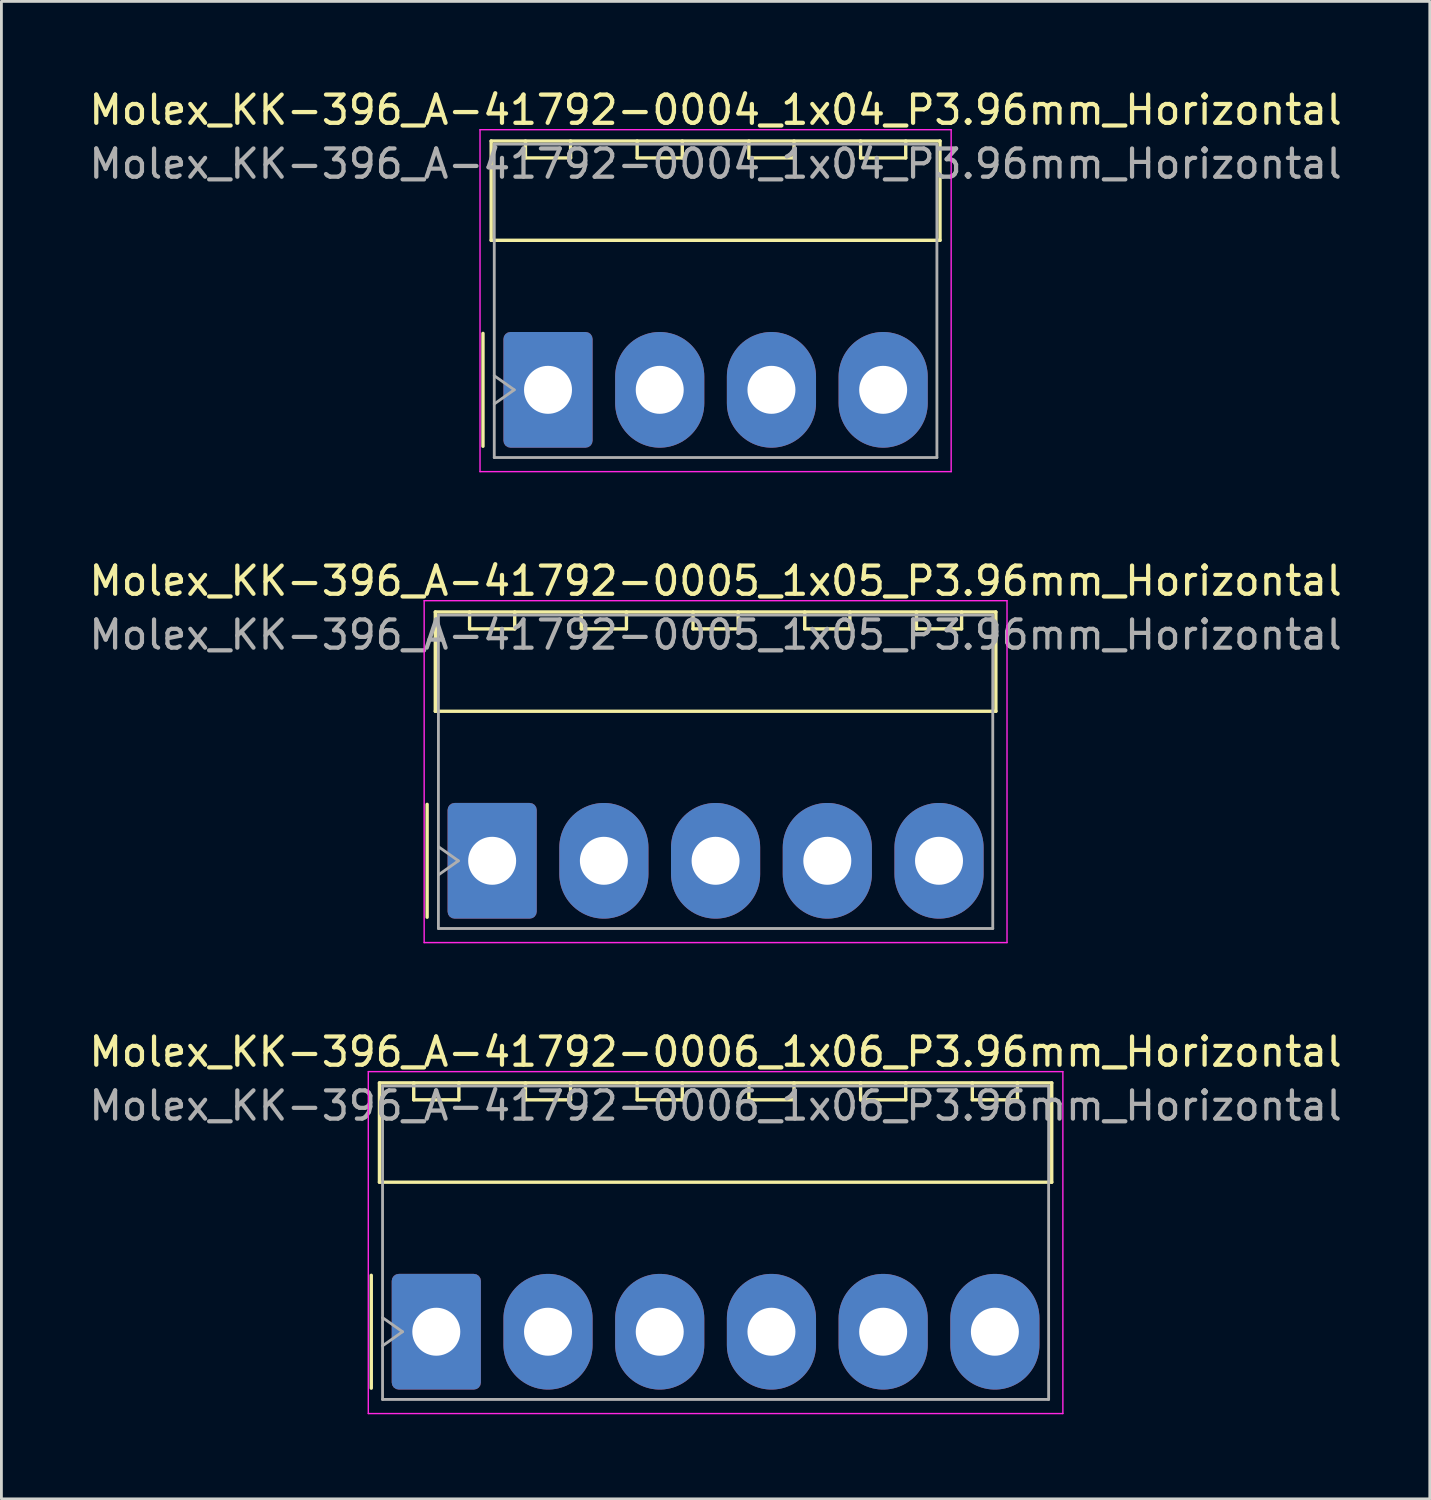
<source format=kicad_pcb>
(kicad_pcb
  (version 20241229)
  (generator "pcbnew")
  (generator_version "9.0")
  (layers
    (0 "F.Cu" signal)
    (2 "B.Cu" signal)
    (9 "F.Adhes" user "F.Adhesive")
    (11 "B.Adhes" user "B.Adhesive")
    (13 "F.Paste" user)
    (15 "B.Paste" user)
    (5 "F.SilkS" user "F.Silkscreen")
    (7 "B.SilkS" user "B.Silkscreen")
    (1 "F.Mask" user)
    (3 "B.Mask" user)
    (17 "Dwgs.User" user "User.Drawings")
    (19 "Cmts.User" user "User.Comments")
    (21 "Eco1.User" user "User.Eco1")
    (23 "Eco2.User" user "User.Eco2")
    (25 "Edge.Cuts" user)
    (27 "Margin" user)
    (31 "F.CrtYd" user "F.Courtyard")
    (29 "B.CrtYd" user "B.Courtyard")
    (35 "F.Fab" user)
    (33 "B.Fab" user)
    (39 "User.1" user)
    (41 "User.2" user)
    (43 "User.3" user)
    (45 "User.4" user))
  (footprint "Molex_KK-396_A-41792-0006_1x06_P3.96mm_Horizontal"
    (layer "F.Cu")
    (at 12.415 44.155)
    (property "Reference" "Molex_KK-396_A-41792-0006_1x06_P3.96mm_Horizontal" (at 9.9 -9.92 0) (layer "F.SilkS") (effects (font (size 1 1) (thickness 0.15))))
    (attr through_hole)
    (fp_line (start -2.305 -2) (end -2.305 2) (stroke (width 0.12) (type solid)) (layer "F.SilkS"))
    (fp_line (start -2.015 -8.82) (end 21.815 -8.82) (stroke (width 0.12) (type solid)) (layer "F.SilkS"))
    (fp_line (start -2.015 -5.3) (end -2.015 -8.82) (stroke (width 0.12) (type solid)) (layer "F.SilkS"))
    (fp_line (start -0.8 -8.82) (end -0.8 -8.22) (stroke (width 0.12) (type solid)) (layer "F.SilkS"))
    (fp_line (start -0.8 -8.22) (end 0.8 -8.22) (stroke (width 0.12) (type solid)) (layer "F.SilkS"))
    (fp_line (start 0.8 -8.22) (end 0.8 -8.82) (stroke (width 0.12) (type solid)) (layer "F.SilkS"))
    (fp_line (start 3.16 -8.82) (end 3.16 -8.22) (stroke (width 0.12) (type solid)) (layer "F.SilkS"))
    (fp_line (start 3.16 -8.22) (end 4.76 -8.22) (stroke (width 0.12) (type solid)) (layer "F.SilkS"))
    (fp_line (start 4.76 -8.22) (end 4.76 -8.82) (stroke (width 0.12) (type solid)) (layer "F.SilkS"))
    (fp_line (start 7.12 -8.82) (end 7.12 -8.22) (stroke (width 0.12) (type solid)) (layer "F.SilkS"))
    (fp_line (start 7.12 -8.22) (end 8.72 -8.22) (stroke (width 0.12) (type solid)) (layer "F.SilkS"))
    (fp_line (start 8.72 -8.22) (end 8.72 -8.82) (stroke (width 0.12) (type solid)) (layer "F.SilkS"))
    (fp_line (start 11.08 -8.82) (end 11.08 -8.22) (stroke (width 0.12) (type solid)) (layer "F.SilkS"))
    (fp_line (start 11.08 -8.22) (end 12.68 -8.22) (stroke (width 0.12) (type solid)) (layer "F.SilkS"))
    (fp_line (start 12.68 -8.22) (end 12.68 -8.82) (stroke (width 0.12) (type solid)) (layer "F.SilkS"))
    (fp_line (start 15.04 -8.82) (end 15.04 -8.22) (stroke (width 0.12) (type solid)) (layer "F.SilkS"))
    (fp_line (start 15.04 -8.22) (end 16.64 -8.22) (stroke (width 0.12) (type solid)) (layer "F.SilkS"))
    (fp_line (start 16.64 -8.22) (end 16.64 -8.82) (stroke (width 0.12) (type solid)) (layer "F.SilkS"))
    (fp_line (start 19 -8.82) (end 19 -8.22) (stroke (width 0.12) (type solid)) (layer "F.SilkS"))
    (fp_line (start 19 -8.22) (end 20.6 -8.22) (stroke (width 0.12) (type solid)) (layer "F.SilkS"))
    (fp_line (start 20.6 -8.22) (end 20.6 -8.82) (stroke (width 0.12) (type solid)) (layer "F.SilkS"))
    (fp_line (start 21.815 -8.82) (end 21.815 -5.3) (stroke (width 0.12) (type solid)) (layer "F.SilkS"))
    (fp_line (start 21.815 -5.3) (end -2.015 -5.3) (stroke (width 0.12) (type solid)) (layer "F.SilkS"))
    (fp_line (start -2.41 -9.22) (end -2.41 2.9) (stroke (width 0.05) (type solid)) (layer "F.CrtYd"))
    (fp_line (start -2.41 2.9) (end 22.21 2.9) (stroke (width 0.05) (type solid)) (layer "F.CrtYd"))
    (fp_line (start 22.21 -9.22) (end -2.41 -9.22) (stroke (width 0.05) (type solid)) (layer "F.CrtYd"))
    (fp_line (start 22.21 2.9) (end 22.21 -9.22) (stroke (width 0.05) (type solid)) (layer "F.CrtYd"))
    (fp_line (start -1.905 -8.71) (end 21.705 -8.71) (stroke (width 0.1) (type solid)) (layer "F.Fab"))
    (fp_line (start -1.905 -0.5) (end -1.198 0) (stroke (width 0.1) (type solid)) (layer "F.Fab"))
    (fp_line (start -1.905 2.4) (end -1.905 -8.71) (stroke (width 0.1) (type solid)) (layer "F.Fab"))
    (fp_line (start -1.198 0) (end -1.905 0.5) (stroke (width 0.1) (type solid)) (layer "F.Fab"))
    (fp_line (start 21.705 -8.71) (end 21.705 2.4) (stroke (width 0.1) (type solid)) (layer "F.Fab"))
    (fp_line (start 21.705 2.4) (end -1.905 2.4) (stroke (width 0.1) (type solid)) (layer "F.Fab"))
    (fp_text user "${REFERENCE}" (at 9.9 -8.01 0) (layer "F.Fab") (effects (font (size 1 1) (thickness 0.15))))
    (pad "1" thru_hole roundrect (at 0 0) (size 3.16 4.1) (drill 1.7) (layers "*.Cu" "*.Mask") (roundrect_rratio 0.079))
    (pad "2" thru_hole oval (at 3.96 0) (size 3.16 4.1) (drill 1.7) (layers "*.Cu" "*.Mask"))
    (pad "3" thru_hole oval (at 7.92 0) (size 3.16 4.1) (drill 1.7) (layers "*.Cu" "*.Mask"))
    (pad "4" thru_hole oval (at 11.88 0) (size 3.16 4.1) (drill 1.7) (layers "*.Cu" "*.Mask"))
    (pad "5" thru_hole oval (at 15.84 0) (size 3.16 4.1) (drill 1.7) (layers "*.Cu" "*.Mask"))
    (pad "6" thru_hole oval (at 19.8 0) (size 3.16 4.1) (drill 1.7) (layers "*.Cu" "*.Mask")))
  (footprint "Molex_KK-396_A-41792-0005_1x05_P3.96mm_Horizontal"
    (layer "F.Cu")
    (at 14.395 27.462)
    (property "Reference" "Molex_KK-396_A-41792-0005_1x05_P3.96mm_Horizontal" (at 7.92 -9.92 0) (layer "F.SilkS") (effects (font (size 1 1) (thickness 0.15))))
    (attr through_hole)
    (fp_line (start -2.305 -2) (end -2.305 2) (stroke (width 0.12) (type solid)) (layer "F.SilkS"))
    (fp_line (start -2.015 -8.82) (end 17.855 -8.82) (stroke (width 0.12) (type solid)) (layer "F.SilkS"))
    (fp_line (start -2.015 -5.3) (end -2.015 -8.82) (stroke (width 0.12) (type solid)) (layer "F.SilkS"))
    (fp_line (start -0.8 -8.82) (end -0.8 -8.22) (stroke (width 0.12) (type solid)) (layer "F.SilkS"))
    (fp_line (start -0.8 -8.22) (end 0.8 -8.22) (stroke (width 0.12) (type solid)) (layer "F.SilkS"))
    (fp_line (start 0.8 -8.22) (end 0.8 -8.82) (stroke (width 0.12) (type solid)) (layer "F.SilkS"))
    (fp_line (start 3.16 -8.82) (end 3.16 -8.22) (stroke (width 0.12) (type solid)) (layer "F.SilkS"))
    (fp_line (start 3.16 -8.22) (end 4.76 -8.22) (stroke (width 0.12) (type solid)) (layer "F.SilkS"))
    (fp_line (start 4.76 -8.22) (end 4.76 -8.82) (stroke (width 0.12) (type solid)) (layer "F.SilkS"))
    (fp_line (start 7.12 -8.82) (end 7.12 -8.22) (stroke (width 0.12) (type solid)) (layer "F.SilkS"))
    (fp_line (start 7.12 -8.22) (end 8.72 -8.22) (stroke (width 0.12) (type solid)) (layer "F.SilkS"))
    (fp_line (start 8.72 -8.22) (end 8.72 -8.82) (stroke (width 0.12) (type solid)) (layer "F.SilkS"))
    (fp_line (start 11.08 -8.82) (end 11.08 -8.22) (stroke (width 0.12) (type solid)) (layer "F.SilkS"))
    (fp_line (start 11.08 -8.22) (end 12.68 -8.22) (stroke (width 0.12) (type solid)) (layer "F.SilkS"))
    (fp_line (start 12.68 -8.22) (end 12.68 -8.82) (stroke (width 0.12) (type solid)) (layer "F.SilkS"))
    (fp_line (start 15.04 -8.82) (end 15.04 -8.22) (stroke (width 0.12) (type solid)) (layer "F.SilkS"))
    (fp_line (start 15.04 -8.22) (end 16.64 -8.22) (stroke (width 0.12) (type solid)) (layer "F.SilkS"))
    (fp_line (start 16.64 -8.22) (end 16.64 -8.82) (stroke (width 0.12) (type solid)) (layer "F.SilkS"))
    (fp_line (start 17.855 -8.82) (end 17.855 -5.3) (stroke (width 0.12) (type solid)) (layer "F.SilkS"))
    (fp_line (start 17.855 -5.3) (end -2.015 -5.3) (stroke (width 0.12) (type solid)) (layer "F.SilkS"))
    (fp_line (start -2.41 -9.22) (end -2.41 2.9) (stroke (width 0.05) (type solid)) (layer "F.CrtYd"))
    (fp_line (start -2.41 2.9) (end 18.25 2.9) (stroke (width 0.05) (type solid)) (layer "F.CrtYd"))
    (fp_line (start 18.25 -9.22) (end -2.41 -9.22) (stroke (width 0.05) (type solid)) (layer "F.CrtYd"))
    (fp_line (start 18.25 2.9) (end 18.25 -9.22) (stroke (width 0.05) (type solid)) (layer "F.CrtYd"))
    (fp_line (start -1.905 -8.71) (end 17.745 -8.71) (stroke (width 0.1) (type solid)) (layer "F.Fab"))
    (fp_line (start -1.905 -0.5) (end -1.198 0) (stroke (width 0.1) (type solid)) (layer "F.Fab"))
    (fp_line (start -1.905 2.4) (end -1.905 -8.71) (stroke (width 0.1) (type solid)) (layer "F.Fab"))
    (fp_line (start -1.198 0) (end -1.905 0.5) (stroke (width 0.1) (type solid)) (layer "F.Fab"))
    (fp_line (start 17.745 -8.71) (end 17.745 2.4) (stroke (width 0.1) (type solid)) (layer "F.Fab"))
    (fp_line (start 17.745 2.4) (end -1.905 2.4) (stroke (width 0.1) (type solid)) (layer "F.Fab"))
    (fp_text user "${REFERENCE}" (at 7.92 -8.01 0) (layer "F.Fab") (effects (font (size 1 1) (thickness 0.15))))
    (pad "1" thru_hole roundrect (at 0 0) (size 3.16 4.1) (drill 1.7) (layers "*.Cu" "*.Mask") (roundrect_rratio 0.079))
    (pad "2" thru_hole oval (at 3.96 0) (size 3.16 4.1) (drill 1.7) (layers "*.Cu" "*.Mask"))
    (pad "3" thru_hole oval (at 7.92 0) (size 3.16 4.1) (drill 1.7) (layers "*.Cu" "*.Mask"))
    (pad "4" thru_hole oval (at 11.88 0) (size 3.16 4.1) (drill 1.7) (layers "*.Cu" "*.Mask"))
    (pad "5" thru_hole oval (at 15.84 0) (size 3.16 4.1) (drill 1.7) (layers "*.Cu" "*.Mask")))
  (footprint "Molex_KK-396_A-41792-0004_1x04_P3.96mm_Horizontal"
    (layer "F.Cu")
    (at 16.375 10.768)
    (property "Reference" "Molex_KK-396_A-41792-0004_1x04_P3.96mm_Horizontal" (at 5.94 -9.92 0) (layer "F.SilkS") (effects (font (size 1 1) (thickness 0.15))))
    (attr through_hole)
    (fp_line (start -2.305 -2) (end -2.305 2) (stroke (width 0.12) (type solid)) (layer "F.SilkS"))
    (fp_line (start -2.015 -8.82) (end 13.895 -8.82) (stroke (width 0.12) (type solid)) (layer "F.SilkS"))
    (fp_line (start -2.015 -5.3) (end -2.015 -8.82) (stroke (width 0.12) (type solid)) (layer "F.SilkS"))
    (fp_line (start -0.8 -8.82) (end -0.8 -8.22) (stroke (width 0.12) (type solid)) (layer "F.SilkS"))
    (fp_line (start -0.8 -8.22) (end 0.8 -8.22) (stroke (width 0.12) (type solid)) (layer "F.SilkS"))
    (fp_line (start 0.8 -8.22) (end 0.8 -8.82) (stroke (width 0.12) (type solid)) (layer "F.SilkS"))
    (fp_line (start 3.16 -8.82) (end 3.16 -8.22) (stroke (width 0.12) (type solid)) (layer "F.SilkS"))
    (fp_line (start 3.16 -8.22) (end 4.76 -8.22) (stroke (width 0.12) (type solid)) (layer "F.SilkS"))
    (fp_line (start 4.76 -8.22) (end 4.76 -8.82) (stroke (width 0.12) (type solid)) (layer "F.SilkS"))
    (fp_line (start 7.12 -8.82) (end 7.12 -8.22) (stroke (width 0.12) (type solid)) (layer "F.SilkS"))
    (fp_line (start 7.12 -8.22) (end 8.72 -8.22) (stroke (width 0.12) (type solid)) (layer "F.SilkS"))
    (fp_line (start 8.72 -8.22) (end 8.72 -8.82) (stroke (width 0.12) (type solid)) (layer "F.SilkS"))
    (fp_line (start 11.08 -8.82) (end 11.08 -8.22) (stroke (width 0.12) (type solid)) (layer "F.SilkS"))
    (fp_line (start 11.08 -8.22) (end 12.68 -8.22) (stroke (width 0.12) (type solid)) (layer "F.SilkS"))
    (fp_line (start 12.68 -8.22) (end 12.68 -8.82) (stroke (width 0.12) (type solid)) (layer "F.SilkS"))
    (fp_line (start 13.895 -8.82) (end 13.895 -5.3) (stroke (width 0.12) (type solid)) (layer "F.SilkS"))
    (fp_line (start 13.895 -5.3) (end -2.015 -5.3) (stroke (width 0.12) (type solid)) (layer "F.SilkS"))
    (fp_line (start -2.41 -9.22) (end -2.41 2.9) (stroke (width 0.05) (type solid)) (layer "F.CrtYd"))
    (fp_line (start -2.41 2.9) (end 14.29 2.9) (stroke (width 0.05) (type solid)) (layer "F.CrtYd"))
    (fp_line (start 14.29 -9.22) (end -2.41 -9.22) (stroke (width 0.05) (type solid)) (layer "F.CrtYd"))
    (fp_line (start 14.29 2.9) (end 14.29 -9.22) (stroke (width 0.05) (type solid)) (layer "F.CrtYd"))
    (fp_line (start -1.905 -8.71) (end 13.785 -8.71) (stroke (width 0.1) (type solid)) (layer "F.Fab"))
    (fp_line (start -1.905 -0.5) (end -1.198 0) (stroke (width 0.1) (type solid)) (layer "F.Fab"))
    (fp_line (start -1.905 2.4) (end -1.905 -8.71) (stroke (width 0.1) (type solid)) (layer "F.Fab"))
    (fp_line (start -1.198 0) (end -1.905 0.5) (stroke (width 0.1) (type solid)) (layer "F.Fab"))
    (fp_line (start 13.785 -8.71) (end 13.785 2.4) (stroke (width 0.1) (type solid)) (layer "F.Fab"))
    (fp_line (start 13.785 2.4) (end -1.905 2.4) (stroke (width 0.1) (type solid)) (layer "F.Fab"))
    (fp_text user "${REFERENCE}" (at 5.94 -8.01 0) (layer "F.Fab") (effects (font (size 1 1) (thickness 0.15))))
    (pad "1" thru_hole roundrect (at 0 0) (size 3.16 4.1) (drill 1.7) (layers "*.Cu" "*.Mask") (roundrect_rratio 0.079))
    (pad "2" thru_hole oval (at 3.96 0) (size 3.16 4.1) (drill 1.7) (layers "*.Cu" "*.Mask"))
    (pad "3" thru_hole oval (at 7.92 0) (size 3.16 4.1) (drill 1.7) (layers "*.Cu" "*.Mask"))
    (pad "4" thru_hole oval (at 11.88 0) (size 3.16 4.1) (drill 1.7) (layers "*.Cu" "*.Mask")))
  (gr_rect
    (start -3 -3)
    (end 47.631 50.08)
    (stroke (width 0.1) (type default))
    (fill no)
    (layer "Edge.Cuts")))
</source>
